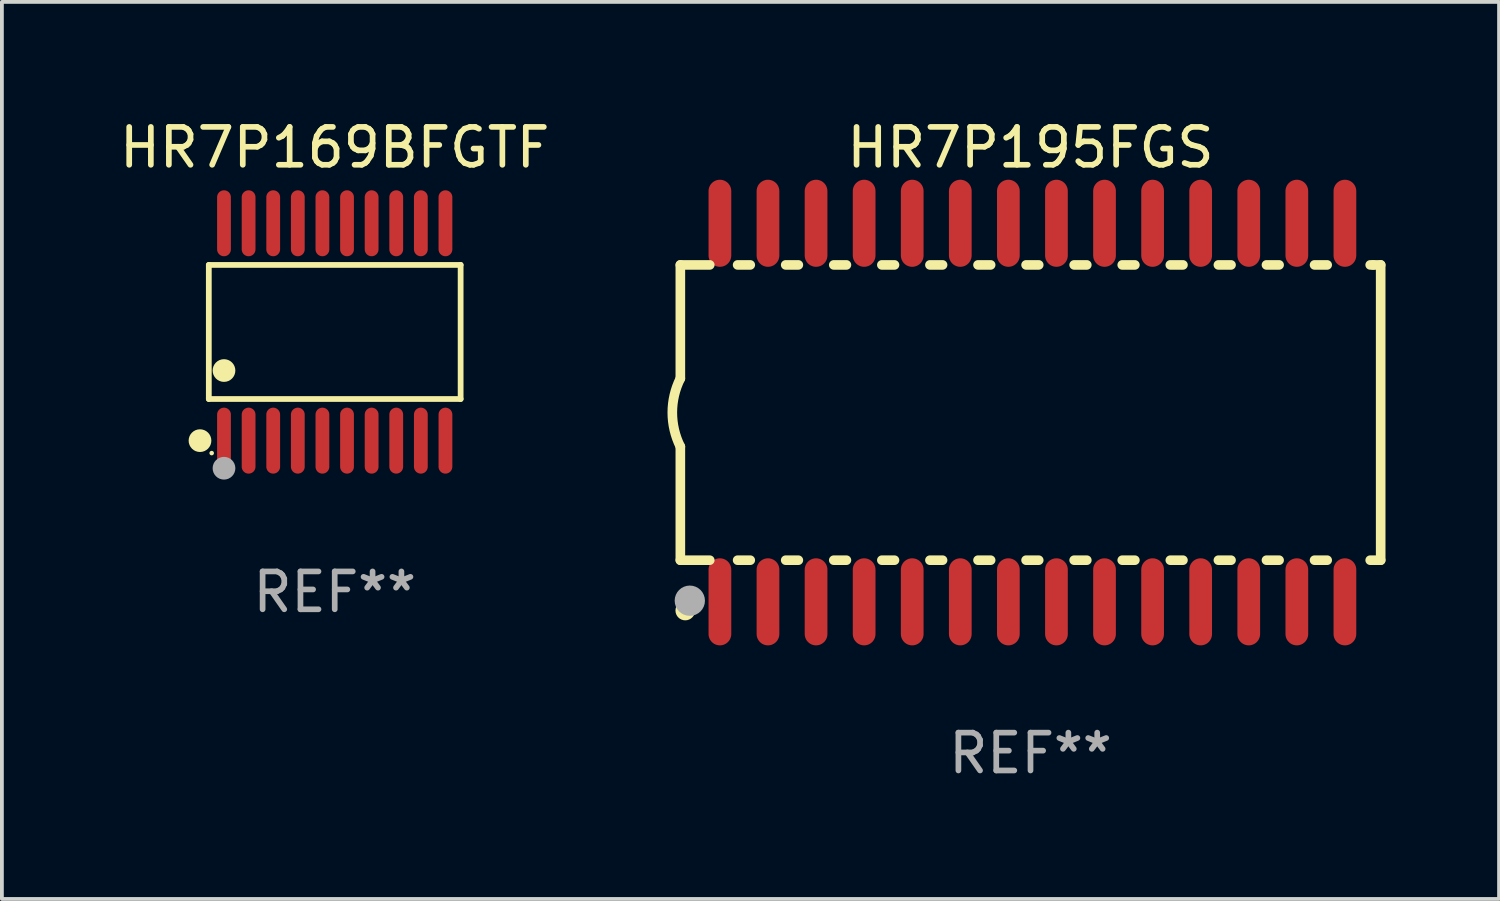
<source format=kicad_pcb>
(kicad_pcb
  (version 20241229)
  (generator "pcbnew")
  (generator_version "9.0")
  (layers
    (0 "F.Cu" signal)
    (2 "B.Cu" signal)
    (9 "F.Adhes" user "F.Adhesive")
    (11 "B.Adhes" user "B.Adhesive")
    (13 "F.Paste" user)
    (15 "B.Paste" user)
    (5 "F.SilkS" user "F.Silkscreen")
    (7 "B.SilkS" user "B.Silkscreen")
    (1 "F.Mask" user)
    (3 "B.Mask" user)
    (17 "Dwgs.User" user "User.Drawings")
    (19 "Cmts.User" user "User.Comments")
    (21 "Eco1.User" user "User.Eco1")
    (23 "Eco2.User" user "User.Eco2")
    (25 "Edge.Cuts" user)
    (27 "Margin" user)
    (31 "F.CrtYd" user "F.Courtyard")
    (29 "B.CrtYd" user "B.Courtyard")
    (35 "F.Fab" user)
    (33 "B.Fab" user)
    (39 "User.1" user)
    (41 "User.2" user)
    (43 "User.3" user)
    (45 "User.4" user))
  (footprint "HR7P169BFGTF"
    (layer "F.Cu")
    (at 5.792 5.719)
    (property "Reference" "HR7P169BFGTF" (at 0 -4.871 0) (layer "F.SilkS") (effects (font (size 1 1) (thickness 0.15))))
    (attr through_hole)
    (fp_line (start -3.326 -1.771) (end 3.326 -1.771) (stroke (width 0.152) (type solid)) (layer "F.SilkS"))
    (fp_line (start -3.326 1.771) (end -3.326 -1.771) (stroke (width 0.152) (type solid)) (layer "F.SilkS"))
    (fp_line (start 3.326 -1.771) (end 3.326 1.771) (stroke (width 0.152) (type solid)) (layer "F.SilkS"))
    (fp_line (start 3.326 1.771) (end -3.326 1.771) (stroke (width 0.152) (type solid)) (layer "F.SilkS"))
    (fp_circle (center -3.559 2.871) (end -3.409 2.871) (stroke (width 0.3) (type solid)) (fill no) (layer "F.SilkS"))
    (fp_circle (center -3.25 3.2) (end -3.22 3.2) (stroke (width 0.06) (type solid)) (fill no) (layer "F.SilkS"))
    (fp_circle (center -2.925 1.019) (end -2.775 1.019) (stroke (width 0.3) (type solid)) (fill no) (layer "F.SilkS"))
    (fp_circle (center -2.925 3.6) (end -2.775 3.6) (stroke (width 0.3) (type solid)) (fill no) (layer "F.Fab"))
    (fp_text user "REF**" (at 0 6.871 0) (layer "F.Fab") (effects (font (size 1 1) (thickness 0.15))))
    (pad "1" smd oval (at -2.925 2.871) (size 0.364 1.742) (layers "F.Cu" "F.Mask" "F.Paste"))
    (pad "2" smd oval (at -2.275 2.871) (size 0.364 1.742) (layers "F.Cu" "F.Mask" "F.Paste"))
    (pad "3" smd oval (at -1.625 2.871) (size 0.364 1.742) (layers "F.Cu" "F.Mask" "F.Paste"))
    (pad "4" smd oval (at -0.975 2.871) (size 0.364 1.742) (layers "F.Cu" "F.Mask" "F.Paste"))
    (pad "5" smd oval (at -0.325 2.871) (size 0.364 1.742) (layers "F.Cu" "F.Mask" "F.Paste"))
    (pad "6" smd oval (at 0.325 2.871) (size 0.364 1.742) (layers "F.Cu" "F.Mask" "F.Paste"))
    (pad "7" smd oval (at 0.975 2.871) (size 0.364 1.742) (layers "F.Cu" "F.Mask" "F.Paste"))
    (pad "8" smd oval (at 1.625 2.871) (size 0.364 1.742) (layers "F.Cu" "F.Mask" "F.Paste"))
    (pad "9" smd oval (at 2.275 2.871) (size 0.364 1.742) (layers "F.Cu" "F.Mask" "F.Paste"))
    (pad "10" smd oval (at 2.925 2.871) (size 0.364 1.742) (layers "F.Cu" "F.Mask" "F.Paste"))
    (pad "11" smd oval (at 2.925 -2.871) (size 0.364 1.742) (layers "F.Cu" "F.Mask" "F.Paste"))
    (pad "12" smd oval (at 2.275 -2.871) (size 0.364 1.742) (layers "F.Cu" "F.Mask" "F.Paste"))
    (pad "13" smd oval (at 1.625 -2.871) (size 0.364 1.742) (layers "F.Cu" "F.Mask" "F.Paste"))
    (pad "14" smd oval (at 0.975 -2.871) (size 0.364 1.742) (layers "F.Cu" "F.Mask" "F.Paste"))
    (pad "15" smd oval (at 0.325 -2.871) (size 0.364 1.742) (layers "F.Cu" "F.Mask" "F.Paste"))
    (pad "16" smd oval (at -0.325 -2.871) (size 0.364 1.742) (layers "F.Cu" "F.Mask" "F.Paste"))
    (pad "17" smd oval (at -0.975 -2.871) (size 0.364 1.742) (layers "F.Cu" "F.Mask" "F.Paste"))
    (pad "18" smd oval (at -1.625 -2.871) (size 0.364 1.742) (layers "F.Cu" "F.Mask" "F.Paste"))
    (pad "19" smd oval (at -2.275 -2.871) (size 0.364 1.742) (layers "F.Cu" "F.Mask" "F.Paste"))
    (pad "20" smd oval (at -2.925 -2.871) (size 0.364 1.742) (layers "F.Cu" "F.Mask" "F.Paste")))
  (footprint "HR7P195FGS"
    (layer "F.Cu")
    (at 24.172 7.848)
    (property "Reference" "HR7P195FGS" (at 0 -7 0) (layer "F.SilkS") (effects (font (size 1 1) (thickness 0.15))))
    (attr through_hole)
    (fp_line (start -9.25 -3.9) (end -9.25 -0.9) (stroke (width 0.254) (type solid)) (layer "F.SilkS"))
    (fp_line (start -9.25 -3.9) (end -8.473 -3.9) (stroke (width 0.254) (type solid)) (layer "F.SilkS"))
    (fp_line (start -9.25 3.9) (end -9.25 0.9) (stroke (width 0.254) (type solid)) (layer "F.SilkS"))
    (fp_line (start -9.25 3.9) (end -8.473 3.9) (stroke (width 0.254) (type solid)) (layer "F.SilkS"))
    (fp_line (start -7.737 -3.9) (end -7.403 -3.9) (stroke (width 0.254) (type solid)) (layer "F.SilkS"))
    (fp_line (start -7.737 3.9) (end -7.403 3.9) (stroke (width 0.254) (type solid)) (layer "F.SilkS"))
    (fp_line (start -6.467 3.9) (end -6.133 3.9) (stroke (width 0.254) (type solid)) (layer "F.SilkS"))
    (fp_line (start -6.467 -3.9) (end -6.133 -3.9) (stroke (width 0.254) (type solid)) (layer "F.SilkS"))
    (fp_line (start -5.197 3.9) (end -4.863 3.9) (stroke (width 0.254) (type solid)) (layer "F.SilkS"))
    (fp_line (start -5.197 -3.9) (end -4.863 -3.9) (stroke (width 0.254) (type solid)) (layer "F.SilkS"))
    (fp_line (start -3.927 3.9) (end -3.593 3.9) (stroke (width 0.254) (type solid)) (layer "F.SilkS"))
    (fp_line (start -3.927 -3.9) (end -3.593 -3.9) (stroke (width 0.254) (type solid)) (layer "F.SilkS"))
    (fp_line (start -2.657 3.9) (end -2.323 3.9) (stroke (width 0.254) (type solid)) (layer "F.SilkS"))
    (fp_line (start -2.657 -3.9) (end -2.323 -3.9) (stroke (width 0.254) (type solid)) (layer "F.SilkS"))
    (fp_line (start -1.387 3.9) (end -1.053 3.9) (stroke (width 0.254) (type solid)) (layer "F.SilkS"))
    (fp_line (start -1.387 -3.9) (end -1.053 -3.9) (stroke (width 0.254) (type solid)) (layer "F.SilkS"))
    (fp_line (start -0.117 3.9) (end 0.217 3.9) (stroke (width 0.254) (type solid)) (layer "F.SilkS"))
    (fp_line (start -0.117 -3.9) (end 0.217 -3.9) (stroke (width 0.254) (type solid)) (layer "F.SilkS"))
    (fp_line (start 1.153 3.9) (end 1.487 3.9) (stroke (width 0.254) (type solid)) (layer "F.SilkS"))
    (fp_line (start 1.153 -3.9) (end 1.487 -3.9) (stroke (width 0.254) (type solid)) (layer "F.SilkS"))
    (fp_line (start 2.423 3.9) (end 2.757 3.9) (stroke (width 0.254) (type solid)) (layer "F.SilkS"))
    (fp_line (start 2.423 -3.9) (end 2.757 -3.9) (stroke (width 0.254) (type solid)) (layer "F.SilkS"))
    (fp_line (start 3.693 3.9) (end 4.027 3.9) (stroke (width 0.254) (type solid)) (layer "F.SilkS"))
    (fp_line (start 3.693 -3.9) (end 4.027 -3.9) (stroke (width 0.254) (type solid)) (layer "F.SilkS"))
    (fp_line (start 4.963 3.9) (end 5.297 3.9) (stroke (width 0.254) (type solid)) (layer "F.SilkS"))
    (fp_line (start 4.963 -3.9) (end 5.297 -3.9) (stroke (width 0.254) (type solid)) (layer "F.SilkS"))
    (fp_line (start 6.233 3.9) (end 6.567 3.9) (stroke (width 0.254) (type solid)) (layer "F.SilkS"))
    (fp_line (start 6.233 -3.9) (end 6.567 -3.9) (stroke (width 0.254) (type solid)) (layer "F.SilkS"))
    (fp_line (start 7.503 -3.9) (end 7.837 -3.9) (stroke (width 0.254) (type solid)) (layer "F.SilkS"))
    (fp_line (start 7.503 3.9) (end 7.837 3.9) (stroke (width 0.254) (type solid)) (layer "F.SilkS"))
    (fp_line (start 8.973 -3.9) (end 9.05 -3.9) (stroke (width 0.254) (type solid)) (layer "F.SilkS"))
    (fp_line (start 8.973 3.9) (end 9.25 3.9) (stroke (width 0.254) (type solid)) (layer "F.SilkS"))
    (fp_line (start 9.05 -3.9) (end 9.25 -3.9) (stroke (width 0.254) (type solid)) (layer "F.SilkS"))
    (fp_line (start 9.25 -3.9) (end 9.25 3.9) (stroke (width 0.254) (type solid)) (layer "F.SilkS"))
    (fp_arc (start -9.249619 0.900432) (mid -9.462013 0.000246) (end -9.249873 -0.9) (stroke (width 0.254001) (type solid)) (layer "F.SilkS"))
    (fp_circle (center -9.2 5.3) (end -9.17 5.3) (stroke (width 0.06) (type solid)) (fill no) (layer "F.SilkS"))
    (fp_circle (center -9.12 5.23) (end -8.988 5.23) (stroke (width 0.254) (type solid)) (fill no) (layer "F.SilkS"))
    (fp_circle (center -9 4.97) (end -8.8 4.97) (stroke (width 0.4) (type solid)) (fill no) (layer "F.Fab"))
    (fp_text user "REF**" (at 0 9 0) (layer "F.Fab") (effects (font (size 1 1) (thickness 0.15))))
    (pad "1" smd oval (at -8.205 5) (size 0.6 2.3) (layers "F.Cu" "F.Mask" "F.Paste"))
    (pad "2" smd oval (at -6.935 5) (size 0.6 2.3) (layers "F.Cu" "F.Mask" "F.Paste"))
    (pad "3" smd oval (at -5.665 5) (size 0.6 2.3) (layers "F.Cu" "F.Mask" "F.Paste"))
    (pad "4" smd oval (at -4.395 5) (size 0.6 2.3) (layers "F.Cu" "F.Mask" "F.Paste"))
    (pad "5" smd oval (at -3.125 5) (size 0.6 2.3) (layers "F.Cu" "F.Mask" "F.Paste"))
    (pad "6" smd oval (at -1.855 5) (size 0.6 2.3) (layers "F.Cu" "F.Mask" "F.Paste"))
    (pad "7" smd oval (at -0.585 5) (size 0.6 2.3) (layers "F.Cu" "F.Mask" "F.Paste"))
    (pad "8" smd oval (at 0.685 5) (size 0.6 2.3) (layers "F.Cu" "F.Mask" "F.Paste"))
    (pad "9" smd oval (at 1.955 5) (size 0.6 2.3) (layers "F.Cu" "F.Mask" "F.Paste"))
    (pad "10" smd oval (at 3.225 5) (size 0.6 2.3) (layers "F.Cu" "F.Mask" "F.Paste"))
    (pad "11" smd oval (at 4.495 5) (size 0.6 2.3) (layers "F.Cu" "F.Mask" "F.Paste"))
    (pad "12" smd oval (at 5.765 5) (size 0.6 2.3) (layers "F.Cu" "F.Mask" "F.Paste"))
    (pad "13" smd oval (at 7.035 5) (size 0.6 2.3) (layers "F.Cu" "F.Mask" "F.Paste"))
    (pad "14" smd oval (at 8.305 5) (size 0.6 2.3) (layers "F.Cu" "F.Mask" "F.Paste"))
    (pad "15" smd oval (at 8.305 -5) (size 0.6 2.3) (layers "F.Cu" "F.Mask" "F.Paste"))
    (pad "16" smd oval (at 7.035 -5) (size 0.6 2.3) (layers "F.Cu" "F.Mask" "F.Paste"))
    (pad "17" smd oval (at 5.765 -5) (size 0.6 2.3) (layers "F.Cu" "F.Mask" "F.Paste"))
    (pad "18" smd oval (at 4.495 -5) (size 0.6 2.3) (layers "F.Cu" "F.Mask" "F.Paste"))
    (pad "19" smd oval (at 3.225 -5) (size 0.6 2.3) (layers "F.Cu" "F.Mask" "F.Paste"))
    (pad "20" smd oval (at 1.955 -5) (size 0.6 2.3) (layers "F.Cu" "F.Mask" "F.Paste"))
    (pad "21" smd oval (at 0.685 -5) (size 0.6 2.3) (layers "F.Cu" "F.Mask" "F.Paste"))
    (pad "22" smd oval (at -0.585 -5) (size 0.6 2.3) (layers "F.Cu" "F.Mask" "F.Paste"))
    (pad "23" smd oval (at -1.855 -5) (size 0.6 2.3) (layers "F.Cu" "F.Mask" "F.Paste"))
    (pad "24" smd oval (at -3.125 -5) (size 0.6 2.3) (layers "F.Cu" "F.Mask" "F.Paste"))
    (pad "25" smd oval (at -4.395 -5) (size 0.6 2.3) (layers "F.Cu" "F.Mask" "F.Paste"))
    (pad "26" smd oval (at -5.665 -5) (size 0.6 2.3) (layers "F.Cu" "F.Mask" "F.Paste"))
    (pad "27" smd oval (at -6.935 -5) (size 0.6 2.3) (layers "F.Cu" "F.Mask" "F.Paste"))
    (pad "28" smd oval (at -8.205 -5) (size 0.6 2.3) (layers "F.Cu" "F.Mask" "F.Paste")))
  (gr_rect
    (start -3 -3)
    (end 36.549 20.697)
    (stroke (width 0.1) (type default))
    (fill no)
    (layer "Edge.Cuts")))
</source>
